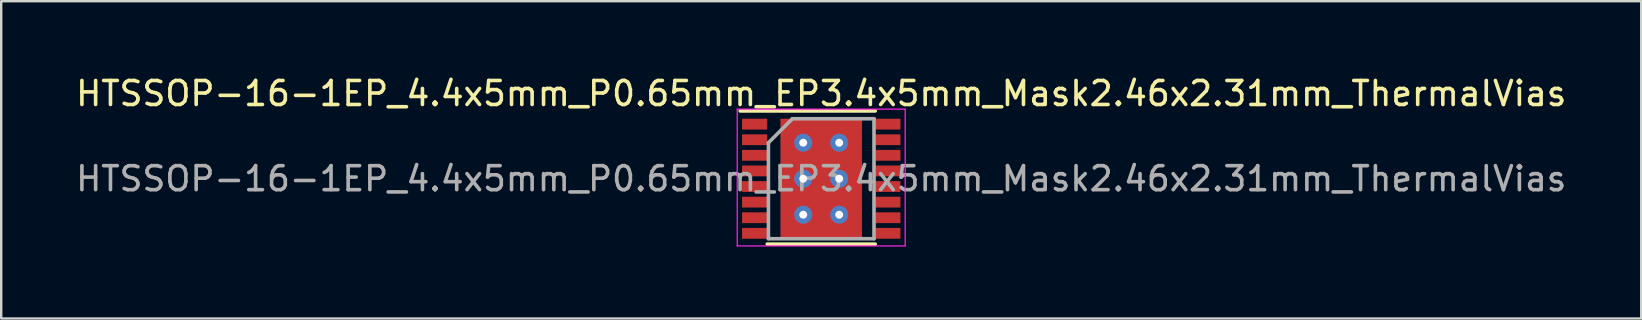
<source format=kicad_pcb>
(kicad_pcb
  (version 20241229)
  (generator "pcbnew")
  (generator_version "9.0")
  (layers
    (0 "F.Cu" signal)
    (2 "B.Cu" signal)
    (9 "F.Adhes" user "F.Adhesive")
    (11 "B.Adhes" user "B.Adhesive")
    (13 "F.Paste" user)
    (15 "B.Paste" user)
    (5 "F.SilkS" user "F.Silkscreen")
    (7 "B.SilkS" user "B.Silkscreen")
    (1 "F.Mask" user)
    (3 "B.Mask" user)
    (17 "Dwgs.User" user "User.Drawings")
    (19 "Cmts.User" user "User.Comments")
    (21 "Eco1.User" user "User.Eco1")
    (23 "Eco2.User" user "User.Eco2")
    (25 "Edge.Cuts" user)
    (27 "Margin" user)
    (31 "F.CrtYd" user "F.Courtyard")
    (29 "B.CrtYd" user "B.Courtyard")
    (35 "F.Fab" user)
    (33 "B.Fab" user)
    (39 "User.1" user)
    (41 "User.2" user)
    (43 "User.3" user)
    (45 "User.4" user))
  (footprint "HTSSOP-16-1EP_4.4x5mm_P0.65mm_EP3.4x5mm_Mask2.46x2.31mm_ThermalVias"
    (layer "F.Cu")
    (at 31.173 4.398)
    (property "Reference" "HTSSOP-16-1EP_4.4x5mm_P0.65mm_EP3.4x5mm_Mask2.46x2.31mm_ThermalVias" (at 0 -3.55 0) (layer "F.SilkS") (effects (font (size 1 1) (thickness 0.15))))
    (attr smd)
    (fp_line (start -3.375 -2.825) (end 2.25 -2.825) (stroke (width 0.15) (type solid)) (layer "F.SilkS"))
    (fp_line (start -2.25 2.725) (end 2.25 2.725) (stroke (width 0.15) (type solid)) (layer "F.SilkS"))
    (fp_line (start -3.5 -2.9) (end -3.5 2.8) (stroke (width 0.05) (type solid)) (layer "F.CrtYd"))
    (fp_line (start -3.5 -2.9) (end 3.5 -2.9) (stroke (width 0.05) (type solid)) (layer "F.CrtYd"))
    (fp_line (start -3.5 2.8) (end 3.5 2.8) (stroke (width 0.05) (type solid)) (layer "F.CrtYd"))
    (fp_line (start 3.5 -2.9) (end 3.5 2.8) (stroke (width 0.05) (type solid)) (layer "F.CrtYd"))
    (fp_line (start -2.2 -1.5) (end -1.2 -2.5) (stroke (width 0.15) (type solid)) (layer "F.Fab"))
    (fp_line (start -2.2 2.5) (end -2.2 -1.5) (stroke (width 0.15) (type solid)) (layer "F.Fab"))
    (fp_line (start -1.2 -2.5) (end 2.2 -2.5) (stroke (width 0.15) (type solid)) (layer "F.Fab"))
    (fp_line (start 2.2 -2.5) (end 2.2 2.5) (stroke (width 0.15) (type solid)) (layer "F.Fab"))
    (fp_line (start 2.2 2.5) (end -2.2 2.5) (stroke (width 0.15) (type solid)) (layer "F.Fab"))
    (fp_text user "${REFERENCE}" (at 0 0 0) (layer "F.Fab") (effects (font (size 1 1) (thickness 0.15))))
    (pad "" smd rect (at 0 -0.66) (size 2.3 0.8) (layers "F.Paste"))
    (pad "" smd rect (at 0 0) (size 2.46 2.31) (layers "F.Mask"))
    (pad "" smd rect (at 0 0.66) (size 2.3 0.8) (layers "F.Paste"))
    (pad "1" smd rect (at -2.775 -2.275) (size 1.05 0.45) (layers "F.Cu" "F.Mask" "F.Paste"))
    (pad "2" smd rect (at -2.775 -1.625) (size 1.05 0.45) (layers "F.Cu" "F.Mask" "F.Paste"))
    (pad "3" smd rect (at -2.775 -0.975) (size 1.05 0.45) (layers "F.Cu" "F.Mask" "F.Paste"))
    (pad "4" smd rect (at -2.775 -0.325) (size 1.05 0.45) (layers "F.Cu" "F.Mask" "F.Paste"))
    (pad "5" smd rect (at -2.775 0.325) (size 1.05 0.45) (layers "F.Cu" "F.Mask" "F.Paste"))
    (pad "6" smd rect (at -2.775 0.975) (size 1.05 0.45) (layers "F.Cu" "F.Mask" "F.Paste"))
    (pad "7" smd rect (at -2.775 1.625) (size 1.05 0.45) (layers "F.Cu" "F.Mask" "F.Paste"))
    (pad "8" smd rect (at -2.775 2.275) (size 1.05 0.45) (layers "F.Cu" "F.Mask" "F.Paste"))
    (pad "9" smd rect (at 2.775 2.275) (size 1.05 0.45) (layers "F.Cu" "F.Mask" "F.Paste"))
    (pad "10" smd rect (at 2.775 1.625) (size 1.05 0.45) (layers "F.Cu" "F.Mask" "F.Paste"))
    (pad "11" smd rect (at 2.775 0.975) (size 1.05 0.45) (layers "F.Cu" "F.Mask" "F.Paste"))
    (pad "12" smd rect (at 2.775 0.325) (size 1.05 0.45) (layers "F.Cu" "F.Mask" "F.Paste"))
    (pad "13" smd rect (at 2.775 -0.325) (size 1.05 0.45) (layers "F.Cu" "F.Mask" "F.Paste"))
    (pad "14" smd rect (at 2.775 -0.975) (size 1.05 0.45) (layers "F.Cu" "F.Mask" "F.Paste"))
    (pad "15" smd rect (at 2.775 -1.625) (size 1.05 0.45) (layers "F.Cu" "F.Mask" "F.Paste"))
    (pad "16" smd rect (at 2.775 -2.275) (size 1.05 0.45) (layers "F.Cu" "F.Mask" "F.Paste"))
    (pad "17" thru_hole circle (at -0.75 -1.5) (size 0.75 0.75) (drill 0.33) (layers "*.Cu"))
    (pad "17" thru_hole circle (at -0.75 0) (size 0.75 0.75) (drill 0.33) (layers "*.Cu"))
    (pad "17" thru_hole circle (at -0.75 1.5) (size 0.75 0.75) (drill 0.33) (layers "*.Cu"))
    (pad "17" smd rect (at 0 0) (size 3.4 5) (layers "F.Cu"))
    (pad "17" thru_hole circle (at 0.75 -1.5) (size 0.75 0.75) (drill 0.33) (layers "*.Cu"))
    (pad "17" thru_hole circle (at 0.75 0) (size 0.75 0.75) (drill 0.33) (layers "*.Cu"))
    (pad "17" thru_hole circle (at 0.75 1.5) (size 0.75 0.75) (drill 0.33) (layers "*.Cu")))
  (gr_rect
    (start -3 -3)
    (end 65.345 10.223)
    (stroke (width 0.1) (type default))
    (fill no)
    (layer "Edge.Cuts")))
</source>
